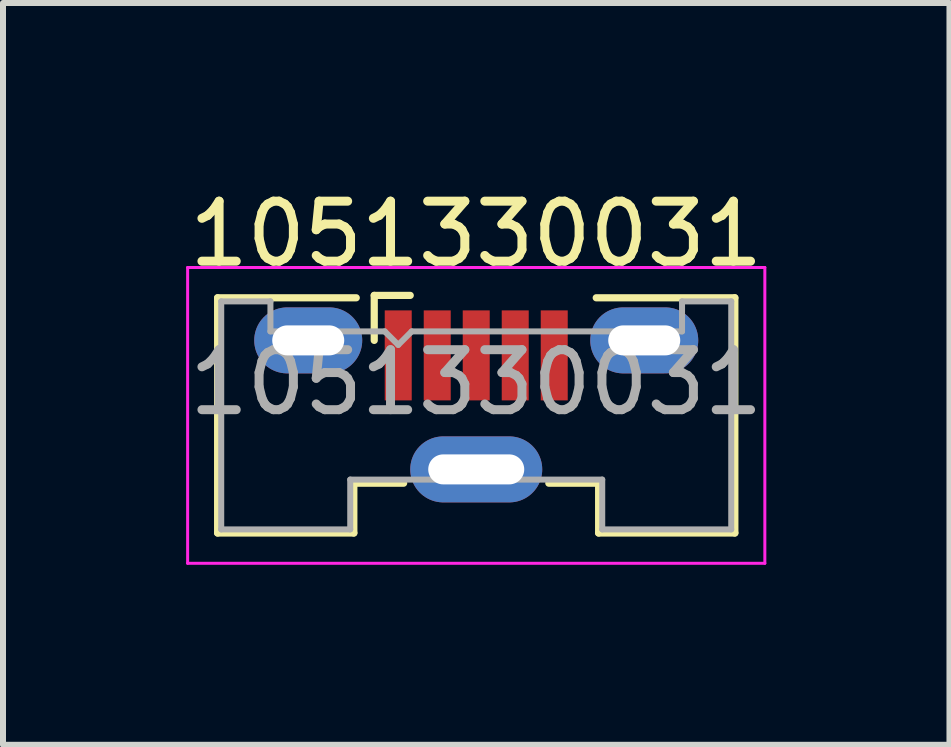
<source format=kicad_pcb>
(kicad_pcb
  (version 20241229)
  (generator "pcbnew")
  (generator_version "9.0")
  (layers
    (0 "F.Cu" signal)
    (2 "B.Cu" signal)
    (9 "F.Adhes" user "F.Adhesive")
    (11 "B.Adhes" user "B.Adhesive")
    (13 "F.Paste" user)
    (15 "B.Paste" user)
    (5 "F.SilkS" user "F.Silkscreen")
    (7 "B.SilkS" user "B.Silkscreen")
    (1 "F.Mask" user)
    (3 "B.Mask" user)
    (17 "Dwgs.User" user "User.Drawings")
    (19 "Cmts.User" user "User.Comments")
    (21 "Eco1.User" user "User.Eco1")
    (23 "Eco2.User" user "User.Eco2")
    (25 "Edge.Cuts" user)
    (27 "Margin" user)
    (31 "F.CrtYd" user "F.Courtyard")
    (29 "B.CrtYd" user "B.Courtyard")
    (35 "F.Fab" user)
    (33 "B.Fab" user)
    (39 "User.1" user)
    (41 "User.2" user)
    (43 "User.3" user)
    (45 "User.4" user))
  (footprint "1051330031"
    (layer "F.Cu")
    (at 4.887 3.698)
    (property "Reference" "1051330031" (at 0 -2.85 0) (layer "F.SilkS") (effects (font (size 1 1) (thickness 0.15))))
    (attr smd)
    (fp_line (start -4.31 -1.785) (end -4.31 2.135) (stroke (width 0.12) (type solid)) (layer "F.SilkS"))
    (fp_line (start -4.31 2.135) (end -2.04 2.135) (stroke (width 0.12) (type solid)) (layer "F.SilkS"))
    (fp_line (start -2.04 1.305) (end -2.04 2.135) (stroke (width 0.12) (type solid)) (layer "F.SilkS"))
    (fp_line (start -2.04 1.305) (end -1.21 1.305) (stroke (width 0.12) (type solid)) (layer "F.SilkS"))
    (fp_line (start -2 -1.785) (end -4.31 -1.785) (stroke (width 0.12) (type solid)) (layer "F.SilkS"))
    (fp_line (start -1.7 -1.825) (end -1.1 -1.825) (stroke (width 0.12) (type solid)) (layer "F.SilkS"))
    (fp_line (start -1.7 -1.075) (end -1.7 -1.825) (stroke (width 0.12) (type solid)) (layer "F.SilkS"))
    (fp_line (start 2 -1.785) (end 4.31 -1.785) (stroke (width 0.12) (type solid)) (layer "F.SilkS"))
    (fp_line (start 2.04 1.305) (end 1.21 1.305) (stroke (width 0.12) (type solid)) (layer "F.SilkS"))
    (fp_line (start 2.04 1.305) (end 2.04 2.135) (stroke (width 0.12) (type solid)) (layer "F.SilkS"))
    (fp_line (start 4.31 -1.785) (end 4.31 2.135) (stroke (width 0.12) (type solid)) (layer "F.SilkS"))
    (fp_line (start 4.31 2.135) (end 2.04 2.135) (stroke (width 0.12) (type solid)) (layer "F.SilkS"))
    (fp_line (start -4.81 -2.29) (end 4.81 -2.29) (stroke (width 0.05) (type solid)) (layer "F.CrtYd"))
    (fp_line (start -4.81 2.64) (end -4.81 -2.29) (stroke (width 0.05) (type solid)) (layer "F.CrtYd"))
    (fp_line (start -4.81 2.64) (end 4.81 2.64) (stroke (width 0.05) (type solid)) (layer "F.CrtYd"))
    (fp_line (start 4.81 2.64) (end 4.81 -2.29) (stroke (width 0.05) (type solid)) (layer "F.CrtYd"))
    (fp_line (start -4.25 -1.725) (end -4.25 2.075) (stroke (width 0.1) (type solid)) (layer "F.Fab"))
    (fp_line (start -4.25 2.075) (end -2.1 2.075) (stroke (width 0.1) (type solid)) (layer "F.Fab"))
    (fp_line (start -3.43 -1.725) (end -4.25 -1.725) (stroke (width 0.1) (type solid)) (layer "F.Fab"))
    (fp_line (start -3.43 -1.225) (end -3.43 -1.725) (stroke (width 0.1) (type solid)) (layer "F.Fab"))
    (fp_line (start -2.1 1.245) (end 2.1 1.245) (stroke (width 0.1) (type solid)) (layer "F.Fab"))
    (fp_line (start -2.1 2.075) (end -2.1 1.245) (stroke (width 0.1) (type solid)) (layer "F.Fab"))
    (fp_line (start -1.525 -1.225) (end -3.43 -1.225) (stroke (width 0.1) (type solid)) (layer "F.Fab"))
    (fp_line (start -1.525 -1.225) (end -1.3 -1) (stroke (width 0.1) (type solid)) (layer "F.Fab"))
    (fp_line (start -1.3 -1) (end -1.075 -1.225) (stroke (width 0.1) (type solid)) (layer "F.Fab"))
    (fp_line (start 2.1 1.245) (end 2.1 2.075) (stroke (width 0.1) (type solid)) (layer "F.Fab"))
    (fp_line (start 2.1 2.075) (end 4.25 2.075) (stroke (width 0.1) (type solid)) (layer "F.Fab"))
    (fp_line (start 3.43 -1.725) (end 3.43 -1.225) (stroke (width 0.1) (type solid)) (layer "F.Fab"))
    (fp_line (start 3.43 -1.225) (end -1.075 -1.225) (stroke (width 0.1) (type solid)) (layer "F.Fab"))
    (fp_line (start 4.25 -1.725) (end 3.43 -1.725) (stroke (width 0.1) (type solid)) (layer "F.Fab"))
    (fp_line (start 4.25 2.075) (end 4.25 -1.725) (stroke (width 0.1) (type solid)) (layer "F.Fab"))
    (fp_text user "${REFERENCE}" (at 0 -0.375 0) (layer "F.Fab") (effects (font (size 1 1) (thickness 0.15))))
    (pad "1" smd rect (at -1.3 -0.825) (size 0.45 1.5) (layers "F.Cu" "F.Mask" "F.Paste"))
    (pad "2" smd rect (at -0.65 -0.825) (size 0.45 1.5) (layers "F.Cu" "F.Mask" "F.Paste"))
    (pad "3" smd rect (at 0 -0.825) (size 0.45 1.5) (layers "F.Cu" "F.Mask" "F.Paste"))
    (pad "4" smd rect (at 0.65 -0.825) (size 0.45 1.5) (layers "F.Cu" "F.Mask" "F.Paste"))
    (pad "5" smd rect (at 1.3 -0.825) (size 0.45 1.5) (layers "F.Cu" "F.Mask" "F.Paste"))
    (pad "6" thru_hole oval (at -2.8 -1.075) (size 1.8 1.1) (drill oval 1.2 0.5) (layers "*.Cu" "*.Mask"))
    (pad "6" thru_hole oval (at 0 1.075) (size 2.2 1.1) (drill oval 1.6 0.5) (layers "*.Cu" "*.Mask"))
    (pad "6" thru_hole oval (at 2.8 -1.075) (size 1.8 1.1) (drill oval 1.2 0.5) (layers "*.Cu" "*.Mask")))
  (gr_rect
    (start -3 -3)
    (end 12.774 9.363)
    (stroke (width 0.1) (type default))
    (fill no)
    (layer "Edge.Cuts")))
</source>
